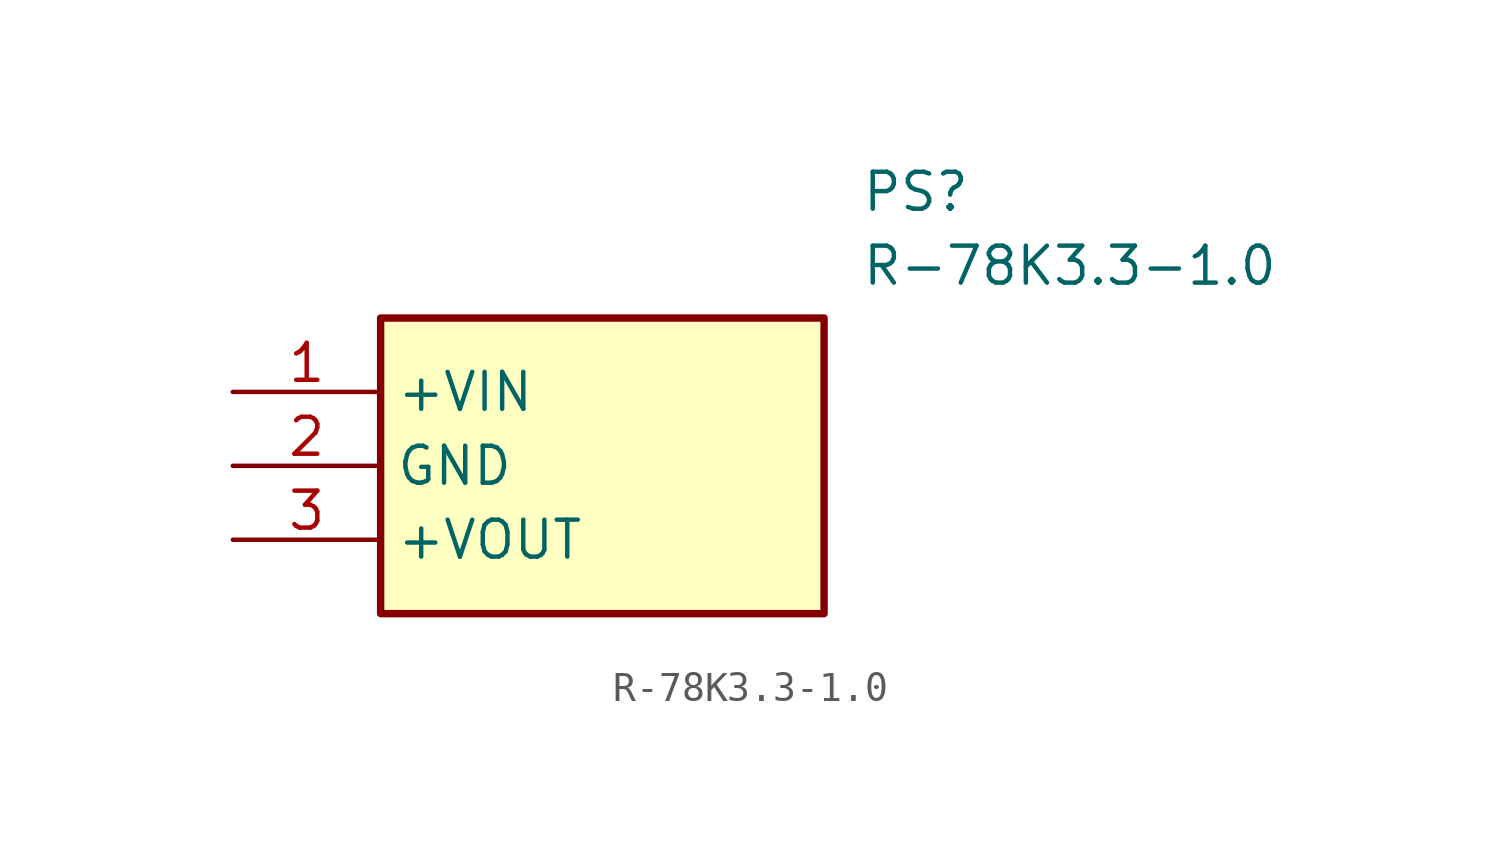
<source format=kicad_sym>
(kicad_symbol_lib
  (version 20211014)
  (generator SamacSys_ECAD_Model)
  (symbol "R-78K3.3-1.0"
    (property "Reference" "PS"
      (at 21.59 7.62 0)
      (effects (font (size 1.27 1.27)) (justify left top)))
    (property "Value" "R-78K3.3-1.0"
      (at 21.59 5.08 0)
      (effects (font (size 1.27 1.27)) (justify left top)))
    (rectangle
      (start 5.08 2.54)
      (end 20.32 -7.62)
      (stroke (width 0.254) (type default))
      (fill (type background)))
    (pin passive line
      (at 0 0 0)
      (length 5.08)
      (name "+VIN" (effects (font (size 1.27 1.27))))
      (number "1" (effects (font (size 1.27 1.27)))))
    (pin passive line
      (at 0 -2.54 0)
      (length 5.08)
      (name "GND" (effects (font (size 1.27 1.27))))
      (number "2" (effects (font (size 1.27 1.27)))))
    (pin passive line
      (at 0 -5.08 0)
      (length 5.08)
      (name "+VOUT" (effects (font (size 1.27 1.27))))
      (number "3" (effects (font (size 1.27 1.27)))))))
</source>
